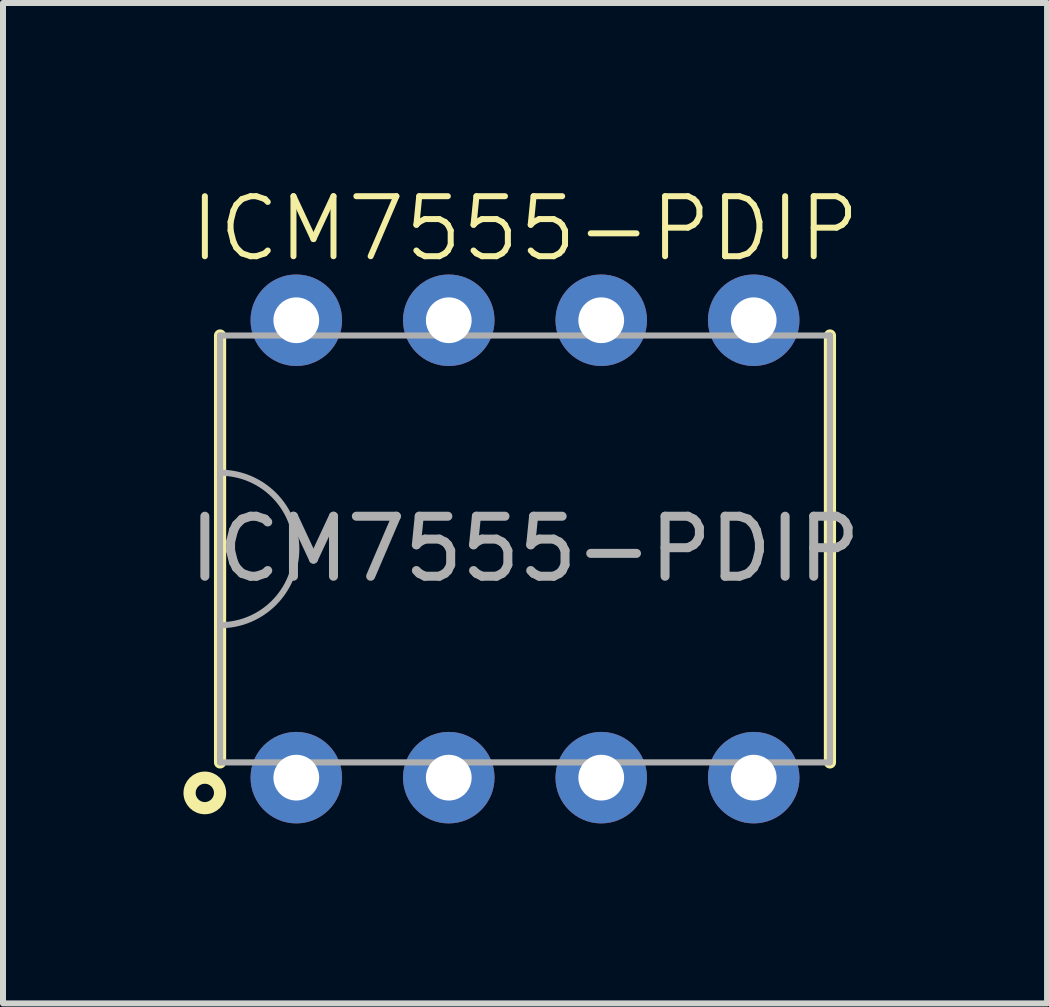
<source format=kicad_pcb>
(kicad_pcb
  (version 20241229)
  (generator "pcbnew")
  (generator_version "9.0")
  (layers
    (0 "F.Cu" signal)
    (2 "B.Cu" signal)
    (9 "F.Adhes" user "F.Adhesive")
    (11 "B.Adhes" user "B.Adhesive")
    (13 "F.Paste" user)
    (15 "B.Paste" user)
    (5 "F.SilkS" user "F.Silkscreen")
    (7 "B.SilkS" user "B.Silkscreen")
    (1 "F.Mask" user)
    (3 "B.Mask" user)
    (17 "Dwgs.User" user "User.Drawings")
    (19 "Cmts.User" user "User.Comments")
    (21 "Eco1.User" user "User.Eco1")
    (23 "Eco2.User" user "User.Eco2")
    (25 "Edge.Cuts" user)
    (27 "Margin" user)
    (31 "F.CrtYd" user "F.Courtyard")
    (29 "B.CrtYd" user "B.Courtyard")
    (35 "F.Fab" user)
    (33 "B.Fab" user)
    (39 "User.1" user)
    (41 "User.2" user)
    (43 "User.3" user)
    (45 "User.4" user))
  (footprint "ICM7555-PDIP"
    (layer "F.Cu")
    (at 5.696 6.095)
    (property "Reference" "ICM7555-PDIP" (at 0 -5.334 0) (unlocked yes) (layer "F.SilkS") (effects (font (size 1 1) (thickness 0.1))))
    (attr through_hole)
    (fp_line (start -5.08 3.556) (end -5.08 -3.556) (stroke (width 0.203) (type default)) (layer "F.SilkS"))
    (fp_line (start 5.08 3.556) (end 5.08 -3.556) (stroke (width 0.203) (type default)) (layer "F.SilkS"))
    (fp_circle (center -5.334 4.064) (end -5.08 4.064) (stroke (width 0.203) (type default)) (fill no) (layer "F.SilkS"))
    (fp_line (start -5.08 -3.556) (end -5.08 3.556) (stroke (width 0.102) (type default)) (layer "F.Fab"))
    (fp_line (start -5.08 -3.556) (end 5.08 -3.556) (stroke (width 0.102) (type default)) (layer "F.Fab"))
    (fp_line (start -5.08 3.556) (end 5.08 3.556) (stroke (width 0.102) (type default)) (layer "F.Fab"))
    (fp_line (start 5.08 -3.556) (end 5.08 3.556) (stroke (width 0.102) (type default)) (layer "F.Fab"))
    (fp_arc (start -5.08 -1.27) (mid -3.81 0) (end -5.08 1.27) (stroke (width 0.1016) (type default)) (layer "F.Fab"))
    (fp_text user "${REFERENCE}" (at 0 0 0) (unlocked yes) (layer "F.Fab") (effects (font (size 1 1) (thickness 0.15))))
    (pad "1" thru_hole circle (at -3.81 3.81) (size 1.524 1.524) (drill 0.762) (layers "*.Cu" "*.Mask"))
    (pad "2" thru_hole circle (at -1.27 3.81) (size 1.524 1.524) (drill 0.762) (layers "*.Cu" "*.Mask"))
    (pad "3" thru_hole circle (at 1.27 3.81) (size 1.524 1.524) (drill 0.762) (layers "*.Cu" "*.Mask"))
    (pad "4" thru_hole circle (at 3.81 3.81) (size 1.524 1.524) (drill 0.762) (layers "*.Cu" "*.Mask"))
    (pad "5" thru_hole circle (at 3.81 -3.81) (size 1.524 1.524) (drill 0.762) (layers "*.Cu" "*.Mask"))
    (pad "6" thru_hole circle (at 1.27 -3.81) (size 1.524 1.524) (drill 0.762) (layers "*.Cu" "*.Mask"))
    (pad "7" thru_hole circle (at -1.27 -3.81) (size 1.524 1.524) (drill 0.762) (layers "*.Cu" "*.Mask"))
    (pad "8" thru_hole circle (at -3.81 -3.81) (size 1.524 1.524) (drill 0.762) (layers "*.Cu" "*.Mask")))
  (gr_rect
    (start -3 -3)
    (end 14.393 13.666)
    (stroke (width 0.1) (type default))
    (fill no)
    (layer "Edge.Cuts")))
</source>
